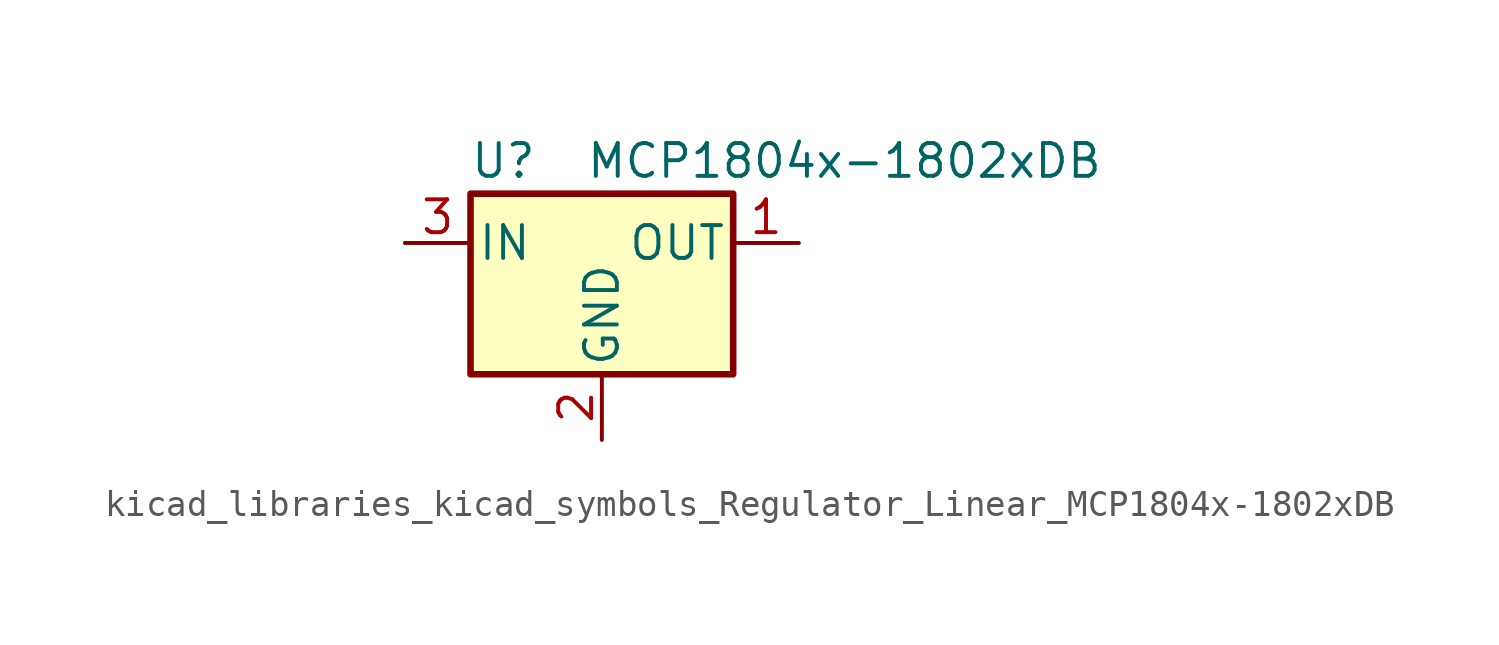
<source format=kicad_sym>
(kicad_symbol_lib
  (version 20220914)
  (generator kicad_symbol_editor)
  (symbol "kicad_libraries_kicad_symbols_Regulator_Linear_MCP1804x-1802xDB"
    (pin_names
      (offset 0.254))
    (property "Reference" "U"
      (at -3.81 3.175 0)
      (effects (font (size 1.27 1.27))))
    (property "Value" "MCP1804x-1802xDB"
      (at -0.635 3.175 0)
      (effects (font (size 1.27 1.27)) (justify left)))
    (symbol "kicad_libraries_kicad_symbols_Regulator_Linear_MCP1804x-1802xDB_0_1"
      (rectangle (start -5.08 1.905) (end 5.08 -5.08) (stroke (width 0.254) (type default)) (fill (type background))))
    (symbol "kicad_libraries_kicad_symbols_Regulator_Linear_MCP1804x-1802xDB_1_1"
      (pin power_out line (at 7.62 0 180) (length 2.54) (name "OUT" (effects (font (size 1.27 1.27)))) (number "1" (effects (font (size 1.27 1.27)))))
      (pin power_in line (at 0 -7.62 90) (length 2.54) (name "GND" (effects (font (size 1.27 1.27)))) (number "2" (effects (font (size 1.27 1.27)))))
      (pin power_in line (at -7.62 0 0) (length 2.54) (name "IN" (effects (font (size 1.27 1.27)))) (number "3" (effects (font (size 1.27 1.27))))))))
</source>
